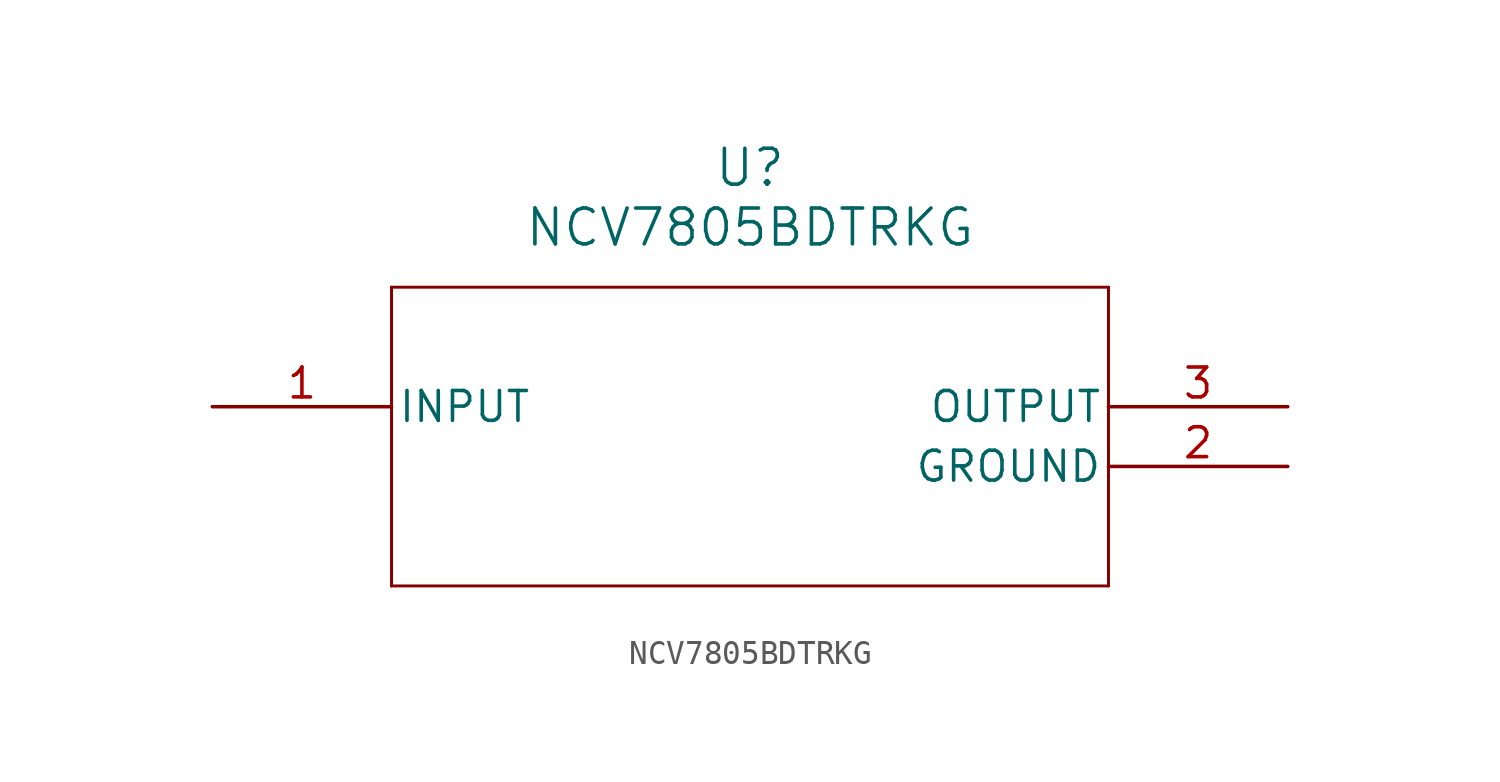
<source format=kicad_sym>
(kicad_symbol_lib
  (version 20211014)
  (generator kicad_symbol_editor)
  (symbol "NCV7805BDTRKG"
    (pin_names
      (offset 0.254))
    (property "Reference" "U"
      (at 22.86 10.16 0)
      (effects (font (size 1.524 1.524))))
    (property "Value" "NCV7805BDTRKG"
      (at 22.86 7.62 0)
      (effects (font (size 1.524 1.524))))
    (symbol "NCV7805BDTRKG_0_1"
      (polyline (pts (xy 7.62 5.08) (xy 7.62 -7.62)) (stroke (width 0.127) (type default) (color 0 0 0 0)) (fill (type none)))
      (polyline (pts (xy 7.62 -7.62) (xy 38.1 -7.62)) (stroke (width 0.127) (type default) (color 0 0 0 0)) (fill (type none)))
      (polyline (pts (xy 38.1 -7.62) (xy 38.1 5.08)) (stroke (width 0.127) (type default) (color 0 0 0 0)) (fill (type none)))
      (polyline (pts (xy 38.1 5.08) (xy 7.62 5.08)) (stroke (width 0.127) (type default) (color 0 0 0 0)) (fill (type none)))
      (pin input line (at 0 0 0) (length 7.62) (name "INPUT" (effects (font (size 1.27 1.27)))) (number "1" (effects (font (size 1.27 1.27)))))
      (pin power_in line (at 45.72 -2.54 180) (length 7.62) (name "GROUND" (effects (font (size 1.27 1.27)))) (number "2" (effects (font (size 1.27 1.27)))))
      (pin output line (at 45.72 0 180) (length 7.62) (name "OUTPUT" (effects (font (size 1.27 1.27)))) (number "3" (effects (font (size 1.27 1.27))))))))
</source>
